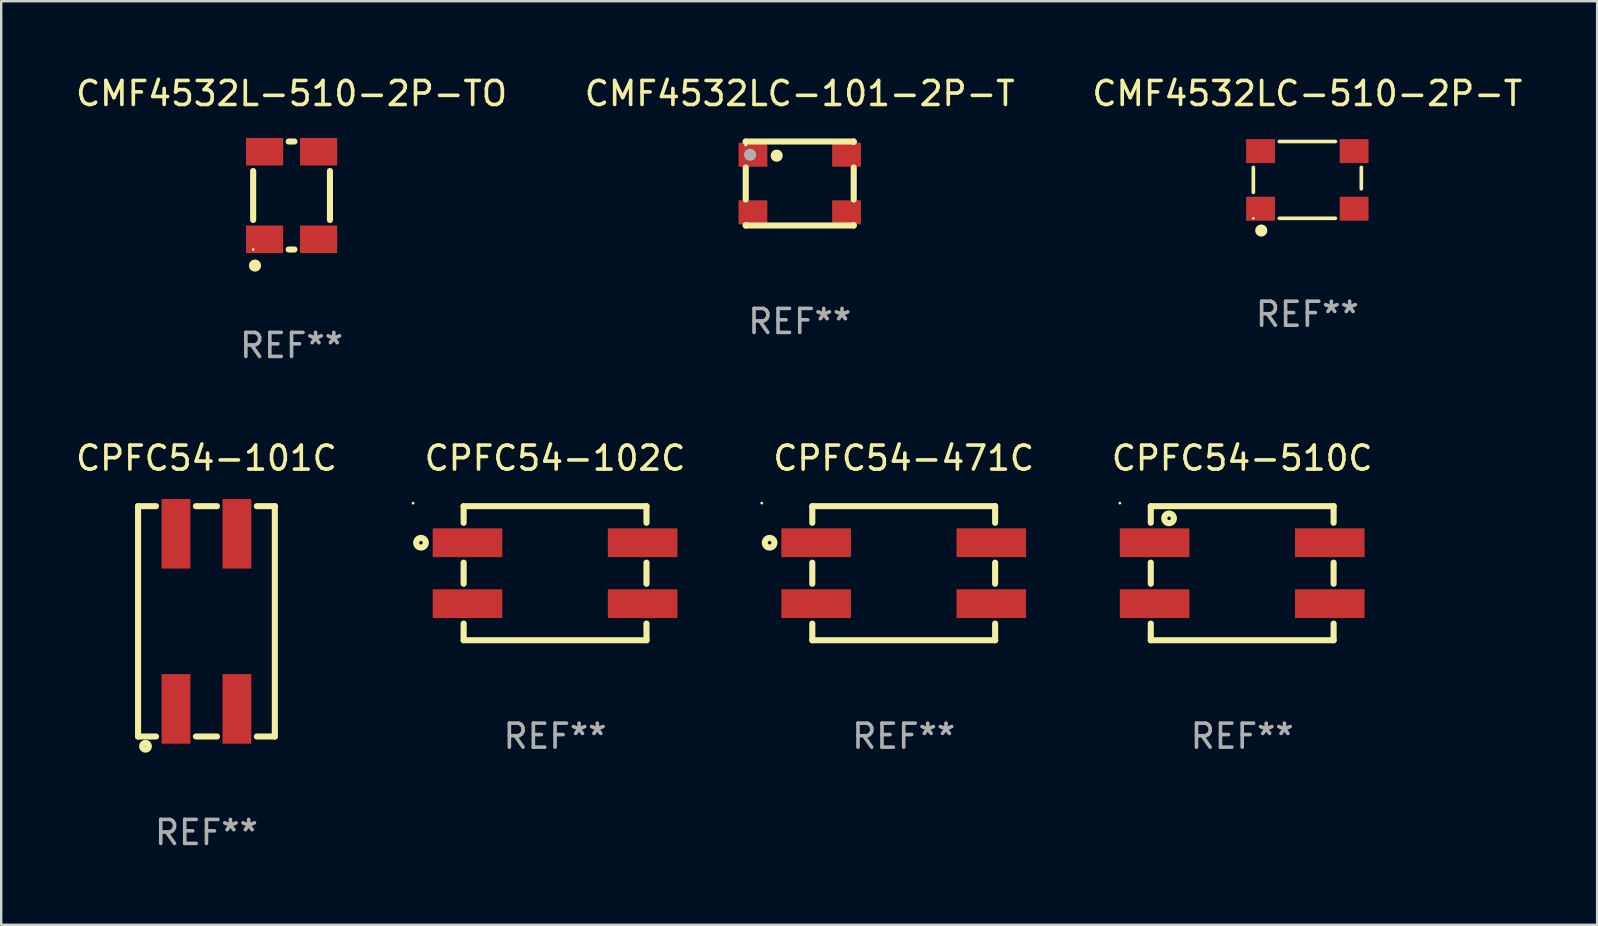
<source format=kicad_pcb>
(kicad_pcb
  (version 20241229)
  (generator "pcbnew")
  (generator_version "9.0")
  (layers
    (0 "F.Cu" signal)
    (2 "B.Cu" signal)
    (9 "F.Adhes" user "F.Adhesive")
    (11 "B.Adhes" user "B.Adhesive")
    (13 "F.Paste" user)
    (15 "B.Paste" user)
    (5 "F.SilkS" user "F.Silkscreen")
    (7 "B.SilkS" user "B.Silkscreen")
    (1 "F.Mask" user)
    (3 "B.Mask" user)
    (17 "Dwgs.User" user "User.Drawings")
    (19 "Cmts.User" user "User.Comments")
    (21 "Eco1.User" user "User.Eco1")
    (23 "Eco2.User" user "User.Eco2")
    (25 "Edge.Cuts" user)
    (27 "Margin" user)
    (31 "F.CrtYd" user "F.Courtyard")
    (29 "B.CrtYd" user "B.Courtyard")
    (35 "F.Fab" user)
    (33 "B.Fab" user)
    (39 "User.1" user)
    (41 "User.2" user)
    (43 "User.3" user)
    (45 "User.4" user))
  (footprint "CPFC54-510C"
    (layer "F.Cu")
    (at 48.72 20.839)
    (property "Reference" "CPFC54-510C" (at 0 -4.794 0) (layer "F.SilkS") (effects (font (size 1 1) (thickness 0.15))))
    (attr through_hole)
    (fp_line (start -3.81 -2.794) (end -3.81 -2.101) (stroke (width 0.254) (type solid)) (layer "F.SilkS"))
    (fp_line (start -3.81 -0.439) (end -3.81 0.439) (stroke (width 0.254) (type solid)) (layer "F.SilkS"))
    (fp_line (start -3.81 2.101) (end -3.81 2.794) (stroke (width 0.254) (type solid)) (layer "F.SilkS"))
    (fp_line (start -3.81 2.794) (end 3.81 2.794) (stroke (width 0.254) (type solid)) (layer "F.SilkS"))
    (fp_line (start 3.81 -2.794) (end -3.81 -2.794) (stroke (width 0.254) (type solid)) (layer "F.SilkS"))
    (fp_line (start 3.81 -2.101) (end 3.81 -2.794) (stroke (width 0.254) (type solid)) (layer "F.SilkS"))
    (fp_line (start 3.81 0.439) (end 3.81 -0.439) (stroke (width 0.254) (type solid)) (layer "F.SilkS"))
    (fp_line (start 3.81 2.794) (end 3.81 2.101) (stroke (width 0.254) (type solid)) (layer "F.SilkS"))
    (fp_circle (center -5.1 -2.921) (end -5.07 -2.921) (stroke (width 0.06) (type solid)) (fill no) (layer "F.SilkS"))
    (fp_circle (center -3.048 -2.286) (end -2.847 -2.286) (stroke (width 0.254) (type solid)) (fill no) (layer "F.SilkS"))
    (fp_text user "REF**" (at 0 6.794 0) (layer "F.Fab") (effects (font (size 1 1) (thickness 0.15))))
    (pad "1" smd rect (at -3.65 -1.27) (size 2.9 1.2) (layers "F.Cu" "F.Mask" "F.Paste"))
    (pad "2" smd rect (at -3.65 1.27) (size 2.9 1.2) (layers "F.Cu" "F.Mask" "F.Paste"))
    (pad "3" smd rect (at 3.65 1.27) (size 2.9 1.2) (layers "F.Cu" "F.Mask" "F.Paste"))
    (pad "4" smd rect (at 3.65 -1.27) (size 2.9 1.2) (layers "F.Cu" "F.Mask" "F.Paste")))
  (footprint "CPFC54-471C"
    (layer "F.Cu")
    (at 34.613 20.839)
    (property "Reference" "CPFC54-471C" (at 0 -4.794 0) (layer "F.SilkS") (effects (font (size 1 1) (thickness 0.15))))
    (attr through_hole)
    (fp_line (start -3.81 -2.794) (end 3.81 -2.794) (stroke (width 0.254) (type solid)) (layer "F.SilkS"))
    (fp_line (start -3.81 -2.101) (end -3.81 -2.794) (stroke (width 0.254) (type solid)) (layer "F.SilkS"))
    (fp_line (start -3.81 0.439) (end -3.81 -0.439) (stroke (width 0.254) (type solid)) (layer "F.SilkS"))
    (fp_line (start -3.81 2.794) (end -3.81 2.101) (stroke (width 0.254) (type solid)) (layer "F.SilkS"))
    (fp_line (start 3.81 -2.794) (end 3.81 -2.101) (stroke (width 0.254) (type solid)) (layer "F.SilkS"))
    (fp_line (start 3.81 -0.439) (end 3.81 0.439) (stroke (width 0.254) (type solid)) (layer "F.SilkS"))
    (fp_line (start 3.81 2.101) (end 3.81 2.794) (stroke (width 0.254) (type solid)) (layer "F.SilkS"))
    (fp_line (start 3.81 2.794) (end -3.81 2.794) (stroke (width 0.254) (type solid)) (layer "F.SilkS"))
    (fp_circle (center -5.916 -2.921) (end -5.886 -2.921) (stroke (width 0.06) (type solid)) (fill no) (layer "F.SilkS"))
    (fp_circle (center -5.588 -1.27) (end -5.387 -1.27) (stroke (width 0.254) (type solid)) (fill no) (layer "F.SilkS"))
    (fp_text user "REF**" (at 0 6.794 0) (layer "F.Fab") (effects (font (size 1 1) (thickness 0.15))))
    (pad "1" smd rect (at -3.65 -1.27) (size 2.9 1.2) (layers "F.Cu" "F.Mask" "F.Paste"))
    (pad "2" smd rect (at -3.65 1.27) (size 2.9 1.2) (layers "F.Cu" "F.Mask" "F.Paste"))
    (pad "3" smd rect (at 3.65 1.27) (size 2.9 1.2) (layers "F.Cu" "F.Mask" "F.Paste"))
    (pad "4" smd rect (at 3.65 -1.27) (size 2.9 1.2) (layers "F.Cu" "F.Mask" "F.Paste")))
  (footprint "CPFC54-101C"
    (layer "F.Cu")
    (at 5.554 22.845)
    (property "Reference" "CPFC54-101C" (at 0 -6.8 0) (layer "F.SilkS") (effects (font (size 1 1) (thickness 0.15))))
    (attr through_hole)
    (fp_line (start -2.85 -4.8) (end -2.101 -4.8) (stroke (width 0.254) (type solid)) (layer "F.SilkS"))
    (fp_line (start -2.85 4.8) (end -2.85 -4.8) (stroke (width 0.254) (type solid)) (layer "F.SilkS"))
    (fp_line (start -2.85 4.8) (end -2.101 4.8) (stroke (width 0.254) (type solid)) (layer "F.SilkS"))
    (fp_line (start -0.439 -4.8) (end 0.439 -4.8) (stroke (width 0.254) (type solid)) (layer "F.SilkS"))
    (fp_line (start -0.439 4.8) (end 0.439 4.8) (stroke (width 0.254) (type solid)) (layer "F.SilkS"))
    (fp_line (start 2.101 -4.8) (end 2.85 -4.8) (stroke (width 0.254) (type solid)) (layer "F.SilkS"))
    (fp_line (start 2.101 4.8) (end 2.85 4.8) (stroke (width 0.254) (type solid)) (layer "F.SilkS"))
    (fp_line (start 2.85 -4.8) (end 2.85 4.8) (stroke (width 0.254) (type solid)) (layer "F.SilkS"))
    (fp_circle (center -2.921 4.729) (end -2.891 4.729) (stroke (width 0.06) (type solid)) (fill no) (layer "F.SilkS"))
    (fp_circle (center -2.54 5.207) (end -2.398 5.207) (stroke (width 0.254) (type solid)) (fill no) (layer "F.SilkS"))
    (fp_text user "REF**" (at 0 8.8 0) (layer "F.Fab") (effects (font (size 1 1) (thickness 0.15))))
    (pad "1" smd rect (at -1.27 3.65 180) (size 1.2 2.9) (layers "F.Cu" "F.Mask" "F.Paste"))
    (pad "2" smd rect (at 1.27 3.65 180) (size 1.2 2.9) (layers "F.Cu" "F.Mask" "F.Paste"))
    (pad "3" smd rect (at 1.27 -3.65 180) (size 1.2 2.9) (layers "F.Cu" "F.Mask" "F.Paste"))
    (pad "4" smd rect (at -1.27 -3.65 180) (size 1.2 2.9) (layers "F.Cu" "F.Mask" "F.Paste")))
  (footprint "CPFC54-102C"
    (layer "F.Cu")
    (at 20.083 20.839)
    (property "Reference" "CPFC54-102C" (at 0 -4.794 0) (layer "F.SilkS") (effects (font (size 1 1) (thickness 0.15))))
    (attr through_hole)
    (fp_line (start -3.81 -2.794) (end 3.81 -2.794) (stroke (width 0.254) (type solid)) (layer "F.SilkS"))
    (fp_line (start -3.81 -2.101) (end -3.81 -2.794) (stroke (width 0.254) (type solid)) (layer "F.SilkS"))
    (fp_line (start -3.81 0.439) (end -3.81 -0.439) (stroke (width 0.254) (type solid)) (layer "F.SilkS"))
    (fp_line (start -3.81 2.794) (end -3.81 2.101) (stroke (width 0.254) (type solid)) (layer "F.SilkS"))
    (fp_line (start 3.81 -2.794) (end 3.81 -2.101) (stroke (width 0.254) (type solid)) (layer "F.SilkS"))
    (fp_line (start 3.81 -0.439) (end 3.81 0.439) (stroke (width 0.254) (type solid)) (layer "F.SilkS"))
    (fp_line (start 3.81 2.101) (end 3.81 2.794) (stroke (width 0.254) (type solid)) (layer "F.SilkS"))
    (fp_line (start 3.81 2.794) (end -3.81 2.794) (stroke (width 0.254) (type solid)) (layer "F.SilkS"))
    (fp_circle (center -5.916 -2.921) (end -5.886 -2.921) (stroke (width 0.06) (type solid)) (fill no) (layer "F.SilkS"))
    (fp_circle (center -5.588 -1.27) (end -5.387 -1.27) (stroke (width 0.254) (type solid)) (fill no) (layer "F.SilkS"))
    (fp_text user "REF**" (at 0 6.794 0) (layer "F.Fab") (effects (font (size 1 1) (thickness 0.15))))
    (pad "1" smd rect (at -3.65 -1.27) (size 2.9 1.2) (layers "F.Cu" "F.Mask" "F.Paste"))
    (pad "2" smd rect (at -3.65 1.27) (size 2.9 1.2) (layers "F.Cu" "F.Mask" "F.Paste"))
    (pad "3" smd rect (at 3.65 1.27) (size 2.9 1.2) (layers "F.Cu" "F.Mask" "F.Paste"))
    (pad "4" smd rect (at 3.65 -1.27) (size 2.9 1.2) (layers "F.Cu" "F.Mask" "F.Paste")))
  (footprint "CMF4532LC-510-2P-T"
    (layer "F.Cu")
    (at 51.435 4.448)
    (property "Reference" "CMF4532LC-510-2P-T" (at 0 -3.6 0) (layer "F.SilkS") (effects (font (size 1 1) (thickness 0.15))))
    (attr through_hole)
    (fp_line (start -2.25 -0.52) (end -2.25 0.52) (stroke (width 0.152) (type solid)) (layer "F.SilkS"))
    (fp_line (start -1.17 1.6) (end 1.17 1.6) (stroke (width 0.152) (type solid)) (layer "F.SilkS"))
    (fp_line (start 1.17 -1.6) (end -1.17 -1.6) (stroke (width 0.152) (type solid)) (layer "F.SilkS"))
    (fp_line (start 2.25 0.37) (end 2.25 -0.52) (stroke (width 0.152) (type solid)) (layer "F.SilkS"))
    (fp_circle (center -2.25 1.6) (end -2.22 1.6) (stroke (width 0.06) (type solid)) (fill no) (layer "F.SilkS"))
    (fp_circle (center -1.92 2.11) (end -1.793 2.11) (stroke (width 0.254) (type solid)) (fill no) (layer "F.SilkS"))
    (fp_text user "REF**" (at 0 5.6 0) (layer "F.Fab") (effects (font (size 1 1) (thickness 0.15))))
    (pad "1" smd rect (at -1.95 1.2) (size 1.2 1) (layers "F.Cu" "F.Mask" "F.Paste"))
    (pad "2" smd rect (at 1.95 1.2) (size 1.2 1) (layers "F.Cu" "F.Mask" "F.Paste"))
    (pad "3" smd rect (at 1.95 -1.2) (size 1.2 1) (layers "F.Cu" "F.Mask" "F.Paste"))
    (pad "4" smd rect (at -1.95 -1.2) (size 1.2 1) (layers "F.Cu" "F.Mask" "F.Paste")))
  (footprint "CMF4532L-510-2P-TO"
    (layer "F.Cu")
    (at 9.101 5.098)
    (property "Reference" "CMF4532L-510-2P-TO" (at 0 -4.25 0) (layer "F.SilkS") (effects (font (size 1 1) (thickness 0.15))))
    (attr through_hole)
    (fp_line (start -1.6 1.019) (end -1.6 -1.019) (stroke (width 0.254) (type solid)) (layer "F.SilkS"))
    (fp_line (start -0.119 -2.25) (end 0.119 -2.25) (stroke (width 0.254) (type solid)) (layer "F.SilkS"))
    (fp_line (start -0.119 2.25) (end 0.119 2.25) (stroke (width 0.254) (type solid)) (layer "F.SilkS"))
    (fp_line (start 1.6 1.019) (end 1.6 -1.019) (stroke (width 0.254) (type solid)) (layer "F.SilkS"))
    (fp_circle (center -1.6 2.25) (end -1.57 2.25) (stroke (width 0.06) (type solid)) (fill no) (layer "F.SilkS"))
    (fp_circle (center -1.524 2.921) (end -1.397 2.921) (stroke (width 0.254) (type solid)) (fill no) (layer "F.SilkS"))
    (fp_text user "REF**" (at 0 6.25 0) (layer "F.Fab") (effects (font (size 1 1) (thickness 0.15))))
    (pad "1" smd rect (at -1.125 1.825 270) (size 1.15 1.55) (layers "F.Cu" "F.Mask" "F.Paste"))
    (pad "2" smd rect (at 1.125 1.825 270) (size 1.15 1.55) (layers "F.Cu" "F.Mask" "F.Paste"))
    (pad "3" smd rect (at 1.125 -1.825 270) (size 1.15 1.55) (layers "F.Cu" "F.Mask" "F.Paste"))
    (pad "4" smd rect (at -1.125 -1.825 270) (size 1.15 1.55) (layers "F.Cu" "F.Mask" "F.Paste")))
  (footprint "CMF4532LC-101-2P-T"
    (layer "F.Cu")
    (at 30.28 4.598)
    (property "Reference" "CMF4532LC-101-2P-T" (at 0 -3.75 0) (layer "F.SilkS") (effects (font (size 1 1) (thickness 0.15))))
    (attr through_hole)
    (fp_line (start -2.25 -1.75) (end -2.25 -1.731) (stroke (width 0.254) (type solid)) (layer "F.SilkS"))
    (fp_line (start -2.25 -1.75) (end 2.25 -1.75) (stroke (width 0.254) (type solid)) (layer "F.SilkS"))
    (fp_line (start -2.25 -0.669) (end -2.25 0.669) (stroke (width 0.254) (type solid)) (layer "F.SilkS"))
    (fp_line (start -2.25 1.731) (end -2.25 1.75) (stroke (width 0.254) (type solid)) (layer "F.SilkS"))
    (fp_line (start -2.25 1.75) (end 2.25 1.75) (stroke (width 0.254) (type solid)) (layer "F.SilkS"))
    (fp_line (start 2.25 -1.75) (end 2.25 -1.731) (stroke (width 0.254) (type solid)) (layer "F.SilkS"))
    (fp_line (start 2.25 -0.669) (end 2.25 0.669) (stroke (width 0.254) (type solid)) (layer "F.SilkS"))
    (fp_line (start 2.25 1.731) (end 2.25 1.75) (stroke (width 0.254) (type solid)) (layer "F.SilkS"))
    (fp_circle (center -2.25 -1.6) (end -2.22 -1.6) (stroke (width 0.06) (type solid)) (fill no) (layer "F.SilkS"))
    (fp_circle (center -0.96 -1.16) (end -0.833 -1.16) (stroke (width 0.254) (type solid)) (fill no) (layer "F.SilkS"))
    (fp_circle (center -2.07 -1.2) (end -1.943 -1.2) (stroke (width 0.254) (type solid)) (fill no) (layer "F.Fab"))
    (fp_text user "REF**" (at 0 5.75 0) (layer "F.Fab") (effects (font (size 1 1) (thickness 0.15))))
    (pad "1" smd rect (at -1.95 -1.2) (size 1.2 1) (layers "F.Cu" "F.Mask" "F.Paste"))
    (pad "2" smd rect (at -1.95 1.2) (size 1.2 1) (layers "F.Cu" "F.Mask" "F.Paste"))
    (pad "3" smd rect (at 1.95 1.2) (size 1.2 1) (layers "F.Cu" "F.Mask" "F.Paste"))
    (pad "4" smd rect (at 1.95 -1.2) (size 1.2 1) (layers "F.Cu" "F.Mask" "F.Paste")))
  (gr_rect
    (start -3 -3)
    (end 63.512 35.493)
    (stroke (width 0.1) (type default))
    (fill no)
    (layer "Edge.Cuts")))
</source>
